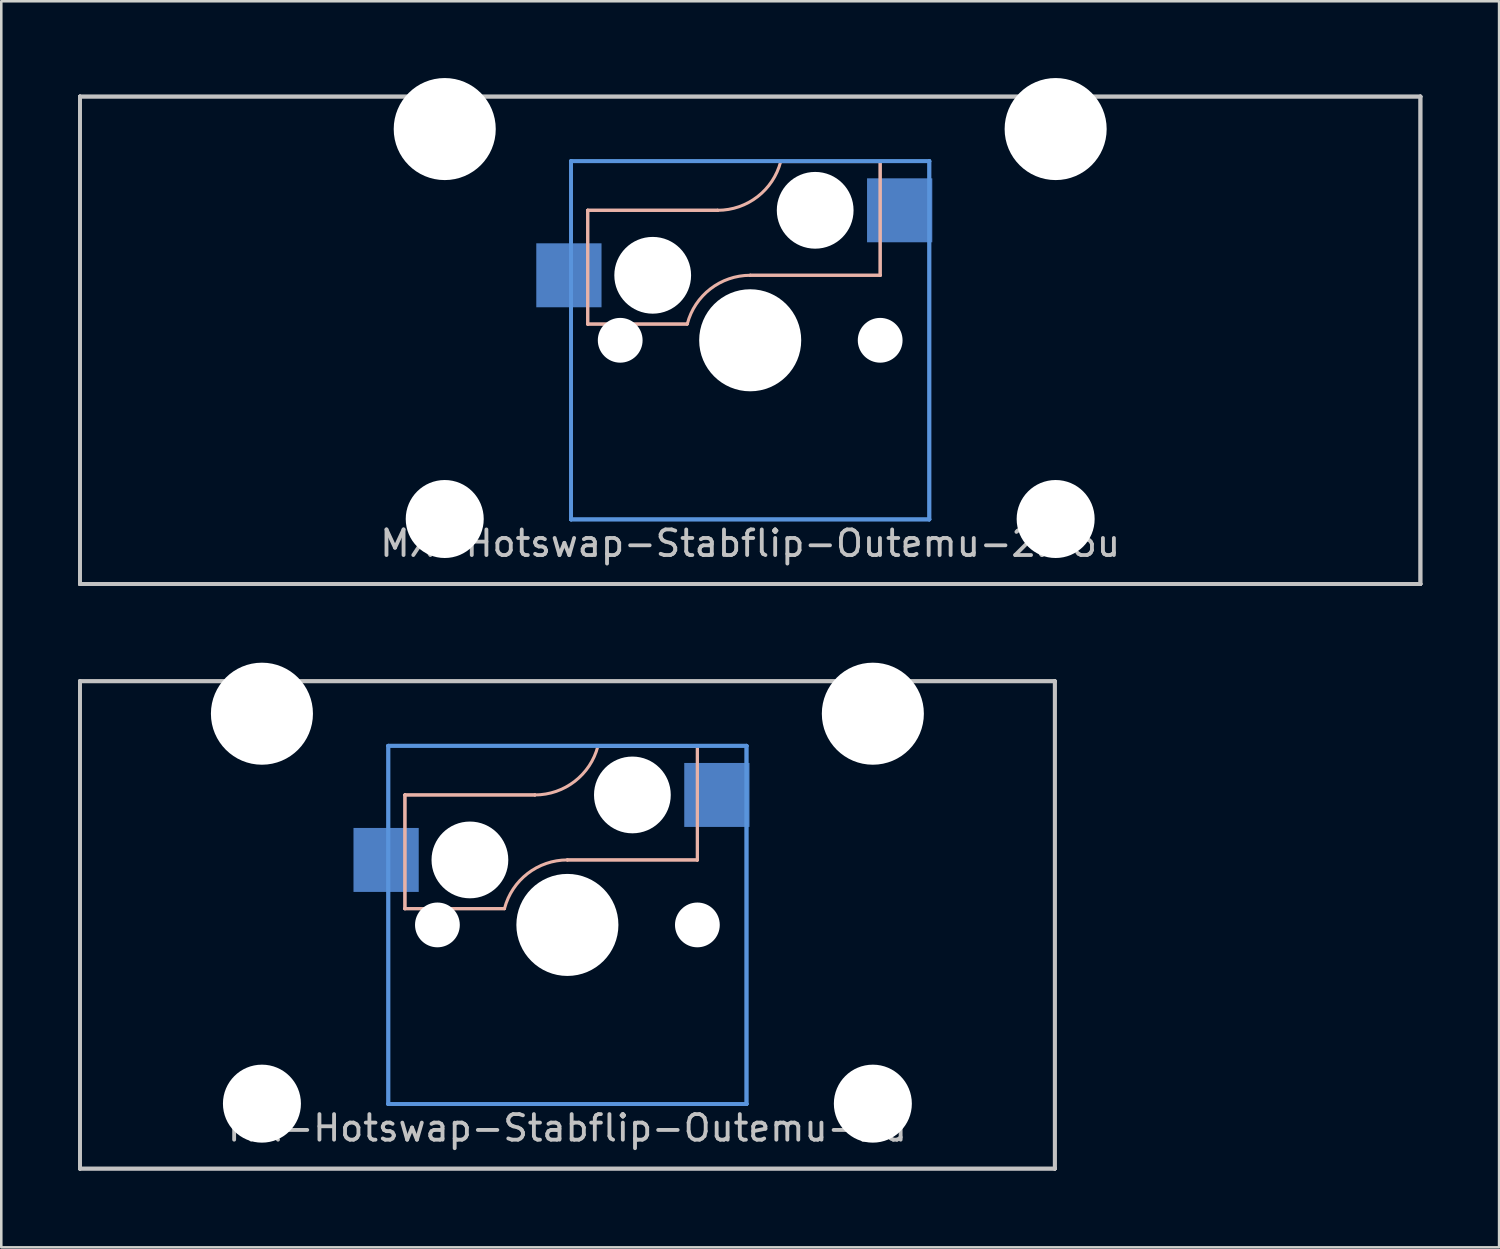
<source format=kicad_pcb>
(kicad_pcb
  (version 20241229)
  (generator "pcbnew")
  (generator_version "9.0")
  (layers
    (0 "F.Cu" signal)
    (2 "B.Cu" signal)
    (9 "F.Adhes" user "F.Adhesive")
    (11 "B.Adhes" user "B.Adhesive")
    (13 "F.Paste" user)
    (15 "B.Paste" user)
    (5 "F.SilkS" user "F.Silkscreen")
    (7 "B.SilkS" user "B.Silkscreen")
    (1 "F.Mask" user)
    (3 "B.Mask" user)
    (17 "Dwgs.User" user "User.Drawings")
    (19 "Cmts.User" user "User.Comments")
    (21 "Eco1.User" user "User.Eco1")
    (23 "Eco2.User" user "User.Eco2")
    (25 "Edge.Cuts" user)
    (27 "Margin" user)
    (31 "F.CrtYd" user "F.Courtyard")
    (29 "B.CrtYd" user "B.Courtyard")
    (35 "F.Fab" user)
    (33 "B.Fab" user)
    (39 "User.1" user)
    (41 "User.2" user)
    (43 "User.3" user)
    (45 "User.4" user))
  (footprint "MX-Hotswap-Stabflip-Outemu-2.75u"
    (layer "F.Cu")
    (at 26.269 10.249)
    (property "Reference" "MX-Hotswap-Stabflip-Outemu-2.75u" (at 0 7.938 0) (layer "Dwgs.User") (effects (font (size 1 1) (thickness 0.15))))
    (attr through_hole)
    (fp_line (start -6.35 -5.08) (end -6.35 -5.08) (stroke (width 0.12) (type solid)) (layer "B.SilkS"))
    (fp_line (start -6.35 -5.08) (end -6.35 -5.08) (stroke (width 0.12) (type solid)) (layer "B.SilkS"))
    (fp_line (start -6.35 -5.08) (end -6.35 -0.635) (stroke (width 0.12) (type solid)) (layer "B.SilkS"))
    (fp_line (start -6.35 -5.08) (end -1.27 -5.08) (stroke (width 0.12) (type solid)) (layer "B.SilkS"))
    (fp_line (start -6.35 -0.635) (end -6.35 -5.08) (stroke (width 0.12) (type solid)) (layer "B.SilkS"))
    (fp_line (start -6.35 -0.635) (end -6.35 -0.635) (stroke (width 0.12) (type solid)) (layer "B.SilkS"))
    (fp_line (start -6.35 -0.635) (end -6.35 -0.635) (stroke (width 0.12) (type solid)) (layer "B.SilkS"))
    (fp_line (start -6.35 -0.635) (end -2.464 -0.635) (stroke (width 0.12) (type solid)) (layer "B.SilkS"))
    (fp_line (start -2.464 -0.635) (end -6.35 -0.635) (stroke (width 0.12) (type solid)) (layer "B.SilkS"))
    (fp_line (start -2.464 -0.635) (end -2.464 -0.635) (stroke (width 0.12) (type solid)) (layer "B.SilkS"))
    (fp_line (start -1.27 -5.08) (end -6.35 -5.08) (stroke (width 0.12) (type solid)) (layer "B.SilkS"))
    (fp_line (start -1.27 -5.08) (end -1.27 -5.08) (stroke (width 0.12) (type solid)) (layer "B.SilkS"))
    (fp_line (start 0 -2.54) (end 0 -2.54) (stroke (width 0.12) (type solid)) (layer "B.SilkS"))
    (fp_line (start 0 -2.54) (end 5.08 -2.54) (stroke (width 0.12) (type solid)) (layer "B.SilkS"))
    (fp_line (start 1.194 -6.985) (end 1.194 -6.985) (stroke (width 0.12) (type solid)) (layer "B.SilkS"))
    (fp_line (start 1.194 -6.985) (end 5.08 -6.985) (stroke (width 0.12) (type solid)) (layer "B.SilkS"))
    (fp_line (start 5.08 -6.985) (end 1.194 -6.985) (stroke (width 0.12) (type solid)) (layer "B.SilkS"))
    (fp_line (start 5.08 -6.985) (end 5.08 -6.985) (stroke (width 0.12) (type solid)) (layer "B.SilkS"))
    (fp_line (start 5.08 -6.985) (end 5.08 -6.985) (stroke (width 0.12) (type solid)) (layer "B.SilkS"))
    (fp_line (start 5.08 -6.985) (end 5.08 -2.54) (stroke (width 0.12) (type solid)) (layer "B.SilkS"))
    (fp_line (start 5.08 -2.54) (end 0 -2.54) (stroke (width 0.12) (type solid)) (layer "B.SilkS"))
    (fp_line (start 5.08 -2.54) (end 5.08 -6.985) (stroke (width 0.12) (type solid)) (layer "B.SilkS"))
    (fp_line (start 5.08 -2.54) (end 5.08 -2.54) (stroke (width 0.12) (type solid)) (layer "B.SilkS"))
    (fp_line (start 5.08 -2.54) (end 5.08 -2.54) (stroke (width 0.12) (type solid)) (layer "B.SilkS"))
    (fp_arc (start -2.457981 -0.640256) (mid -1.553279 -2.009707) (end 0 -2.54) (stroke (width 0.12) (type solid)) (layer "B.SilkS"))
    (fp_arc (start 1.191368 -6.982362) (mid 0.285419 -5.611023) (end -1.27 -5.08) (stroke (width 0.12) (type solid)) (layer "B.SilkS"))
    (fp_line (start -26.194 -9.525) (end -26.194 -9.525) (stroke (width 0.15) (type solid)) (layer "Dwgs.User"))
    (fp_line (start -26.194 -9.525) (end -26.194 -9.525) (stroke (width 0.15) (type solid)) (layer "Dwgs.User"))
    (fp_line (start -26.194 -9.525) (end -26.194 9.525) (stroke (width 0.15) (type solid)) (layer "Dwgs.User"))
    (fp_line (start -26.194 -9.525) (end 26.194 -9.525) (stroke (width 0.15) (type solid)) (layer "Dwgs.User"))
    (fp_line (start -26.194 9.525) (end -26.194 -9.525) (stroke (width 0.15) (type solid)) (layer "Dwgs.User"))
    (fp_line (start -26.194 9.525) (end -26.194 9.525) (stroke (width 0.15) (type solid)) (layer "Dwgs.User"))
    (fp_line (start -26.194 9.525) (end -26.194 9.525) (stroke (width 0.15) (type solid)) (layer "Dwgs.User"))
    (fp_line (start -26.194 9.525) (end 26.194 9.525) (stroke (width 0.15) (type solid)) (layer "Dwgs.User"))
    (fp_line (start 26.194 -9.525) (end -26.194 -9.525) (stroke (width 0.15) (type solid)) (layer "Dwgs.User"))
    (fp_line (start 26.194 -9.525) (end 26.194 -9.525) (stroke (width 0.15) (type solid)) (layer "Dwgs.User"))
    (fp_line (start 26.194 -9.525) (end 26.194 -9.525) (stroke (width 0.15) (type solid)) (layer "Dwgs.User"))
    (fp_line (start 26.194 -9.525) (end 26.194 9.525) (stroke (width 0.15) (type solid)) (layer "Dwgs.User"))
    (fp_line (start 26.194 9.525) (end -26.194 9.525) (stroke (width 0.15) (type solid)) (layer "Dwgs.User"))
    (fp_line (start 26.194 9.525) (end 26.194 -9.525) (stroke (width 0.15) (type solid)) (layer "Dwgs.User"))
    (fp_line (start 26.194 9.525) (end 26.194 9.525) (stroke (width 0.15) (type solid)) (layer "Dwgs.User"))
    (fp_line (start 26.194 9.525) (end 26.194 9.525) (stroke (width 0.15) (type solid)) (layer "Dwgs.User"))
    (fp_line (start -7 -7) (end -7 -7) (stroke (width 0.15) (type solid)) (layer "Cmts.User"))
    (fp_line (start -7 -7) (end -7 -7) (stroke (width 0.15) (type solid)) (layer "Cmts.User"))
    (fp_line (start -7 -7) (end -7 7) (stroke (width 0.15) (type solid)) (layer "Cmts.User"))
    (fp_line (start -7 -7) (end 7 -7) (stroke (width 0.15) (type solid)) (layer "Cmts.User"))
    (fp_line (start -7 7) (end -7 -7) (stroke (width 0.15) (type solid)) (layer "Cmts.User"))
    (fp_line (start -7 7) (end -7 7) (stroke (width 0.15) (type solid)) (layer "Cmts.User"))
    (fp_line (start -7 7) (end -7 7) (stroke (width 0.15) (type solid)) (layer "Cmts.User"))
    (fp_line (start -7 7) (end 7 7) (stroke (width 0.15) (type solid)) (layer "Cmts.User"))
    (fp_line (start 7 -7) (end -7 -7) (stroke (width 0.15) (type solid)) (layer "Cmts.User"))
    (fp_line (start 7 -7) (end 7 -7) (stroke (width 0.15) (type solid)) (layer "Cmts.User"))
    (fp_line (start 7 -7) (end 7 -7) (stroke (width 0.15) (type solid)) (layer "Cmts.User"))
    (fp_line (start 7 -7) (end 7 7) (stroke (width 0.15) (type solid)) (layer "Cmts.User"))
    (fp_line (start 7 7) (end -7 7) (stroke (width 0.15) (type solid)) (layer "Cmts.User"))
    (fp_line (start 7 7) (end 7 -7) (stroke (width 0.15) (type solid)) (layer "Cmts.User"))
    (fp_line (start 7 7) (end 7 7) (stroke (width 0.15) (type solid)) (layer "Cmts.User"))
    (fp_line (start 7 7) (end 7 7) (stroke (width 0.15) (type solid)) (layer "Cmts.User"))
    (pad "" np_thru_hole circle (at -11.938 -8.255) (size 3.988 3.988) (drill 3.988) (layers "*.Cu" "*.Mask"))
    (pad "" np_thru_hole circle (at -11.938 6.985) (size 3.048 3.048) (drill 3.048) (layers "*.Cu" "*.Mask"))
    (pad "" np_thru_hole circle (at -5.08 0) (size 1.75 1.75) (drill 1.75) (layers "*.Cu" "*.Mask"))
    (pad "" np_thru_hole circle (at -3.81 -2.54) (size 3 3) (drill 3) (layers "*.Cu" "*.Mask"))
    (pad "" np_thru_hole circle (at 0 0) (size 3.988 3.988) (drill 3.988) (layers "*.Cu" "*.Mask"))
    (pad "" np_thru_hole circle (at 2.54 -5.08) (size 3 3) (drill 3) (layers "*.Cu" "*.Mask"))
    (pad "" np_thru_hole circle (at 5.08 0) (size 1.75 1.75) (drill 1.75) (layers "*.Cu" "*.Mask"))
    (pad "" np_thru_hole circle (at 11.938 -8.255) (size 3.988 3.988) (drill 3.988) (layers "*.Cu" "*.Mask"))
    (pad "" np_thru_hole circle (at 11.938 6.985) (size 3.048 3.048) (drill 3.048) (layers "*.Cu" "*.Mask"))
    (pad "1" smd rect (at -7.085 -2.54) (size 2.55 2.5) (layers "B.Cu" "B.Mask" "B.Paste"))
    (pad "2" smd rect (at 5.842 -5.08) (size 2.55 2.5) (layers "B.Cu" "B.Mask" "B.Paste")))
  (footprint "MX-Hotswap-Stabflip-Outemu-2u"
    (layer "F.Cu")
    (at 19.125 33.098)
    (property "Reference" "MX-Hotswap-Stabflip-Outemu-2u" (at 0 7.938 0) (layer "Dwgs.User") (effects (font (size 1 1) (thickness 0.15))))
    (attr through_hole)
    (fp_line (start -6.35 -5.08) (end -6.35 -5.08) (stroke (width 0.12) (type solid)) (layer "B.SilkS"))
    (fp_line (start -6.35 -5.08) (end -6.35 -5.08) (stroke (width 0.12) (type solid)) (layer "B.SilkS"))
    (fp_line (start -6.35 -5.08) (end -6.35 -0.635) (stroke (width 0.12) (type solid)) (layer "B.SilkS"))
    (fp_line (start -6.35 -5.08) (end -1.27 -5.08) (stroke (width 0.12) (type solid)) (layer "B.SilkS"))
    (fp_line (start -6.35 -0.635) (end -6.35 -5.08) (stroke (width 0.12) (type solid)) (layer "B.SilkS"))
    (fp_line (start -6.35 -0.635) (end -6.35 -0.635) (stroke (width 0.12) (type solid)) (layer "B.SilkS"))
    (fp_line (start -6.35 -0.635) (end -6.35 -0.635) (stroke (width 0.12) (type solid)) (layer "B.SilkS"))
    (fp_line (start -6.35 -0.635) (end -2.464 -0.635) (stroke (width 0.12) (type solid)) (layer "B.SilkS"))
    (fp_line (start -2.464 -0.635) (end -6.35 -0.635) (stroke (width 0.12) (type solid)) (layer "B.SilkS"))
    (fp_line (start -2.464 -0.635) (end -2.464 -0.635) (stroke (width 0.12) (type solid)) (layer "B.SilkS"))
    (fp_line (start -1.27 -5.08) (end -6.35 -5.08) (stroke (width 0.12) (type solid)) (layer "B.SilkS"))
    (fp_line (start -1.27 -5.08) (end -1.27 -5.08) (stroke (width 0.12) (type solid)) (layer "B.SilkS"))
    (fp_line (start 0 -2.54) (end 0 -2.54) (stroke (width 0.12) (type solid)) (layer "B.SilkS"))
    (fp_line (start 0 -2.54) (end 5.08 -2.54) (stroke (width 0.12) (type solid)) (layer "B.SilkS"))
    (fp_line (start 1.194 -6.985) (end 1.194 -6.985) (stroke (width 0.12) (type solid)) (layer "B.SilkS"))
    (fp_line (start 1.194 -6.985) (end 5.08 -6.985) (stroke (width 0.12) (type solid)) (layer "B.SilkS"))
    (fp_line (start 5.08 -6.985) (end 1.194 -6.985) (stroke (width 0.12) (type solid)) (layer "B.SilkS"))
    (fp_line (start 5.08 -6.985) (end 5.08 -6.985) (stroke (width 0.12) (type solid)) (layer "B.SilkS"))
    (fp_line (start 5.08 -6.985) (end 5.08 -6.985) (stroke (width 0.12) (type solid)) (layer "B.SilkS"))
    (fp_line (start 5.08 -6.985) (end 5.08 -2.54) (stroke (width 0.12) (type solid)) (layer "B.SilkS"))
    (fp_line (start 5.08 -2.54) (end 0 -2.54) (stroke (width 0.12) (type solid)) (layer "B.SilkS"))
    (fp_line (start 5.08 -2.54) (end 5.08 -6.985) (stroke (width 0.12) (type solid)) (layer "B.SilkS"))
    (fp_line (start 5.08 -2.54) (end 5.08 -2.54) (stroke (width 0.12) (type solid)) (layer "B.SilkS"))
    (fp_line (start 5.08 -2.54) (end 5.08 -2.54) (stroke (width 0.12) (type solid)) (layer "B.SilkS"))
    (fp_arc (start -2.457981 -0.640256) (mid -1.553279 -2.009707) (end 0 -2.54) (stroke (width 0.12) (type solid)) (layer "B.SilkS"))
    (fp_arc (start 1.191368 -6.982362) (mid 0.285419 -5.611023) (end -1.27 -5.08) (stroke (width 0.12) (type solid)) (layer "B.SilkS"))
    (fp_line (start -19.05 -9.525) (end -19.05 -9.525) (stroke (width 0.15) (type solid)) (layer "Dwgs.User"))
    (fp_line (start -19.05 -9.525) (end -19.05 -9.525) (stroke (width 0.15) (type solid)) (layer "Dwgs.User"))
    (fp_line (start -19.05 -9.525) (end -19.05 9.525) (stroke (width 0.15) (type solid)) (layer "Dwgs.User"))
    (fp_line (start -19.05 -9.525) (end 19.05 -9.525) (stroke (width 0.15) (type solid)) (layer "Dwgs.User"))
    (fp_line (start -19.05 9.525) (end -19.05 -9.525) (stroke (width 0.15) (type solid)) (layer "Dwgs.User"))
    (fp_line (start -19.05 9.525) (end -19.05 9.525) (stroke (width 0.15) (type solid)) (layer "Dwgs.User"))
    (fp_line (start -19.05 9.525) (end -19.05 9.525) (stroke (width 0.15) (type solid)) (layer "Dwgs.User"))
    (fp_line (start -19.05 9.525) (end 19.05 9.525) (stroke (width 0.15) (type solid)) (layer "Dwgs.User"))
    (fp_line (start 19.05 -9.525) (end -19.05 -9.525) (stroke (width 0.15) (type solid)) (layer "Dwgs.User"))
    (fp_line (start 19.05 -9.525) (end 19.05 -9.525) (stroke (width 0.15) (type solid)) (layer "Dwgs.User"))
    (fp_line (start 19.05 -9.525) (end 19.05 -9.525) (stroke (width 0.15) (type solid)) (layer "Dwgs.User"))
    (fp_line (start 19.05 -9.525) (end 19.05 9.525) (stroke (width 0.15) (type solid)) (layer "Dwgs.User"))
    (fp_line (start 19.05 9.525) (end -19.05 9.525) (stroke (width 0.15) (type solid)) (layer "Dwgs.User"))
    (fp_line (start 19.05 9.525) (end 19.05 -9.525) (stroke (width 0.15) (type solid)) (layer "Dwgs.User"))
    (fp_line (start 19.05 9.525) (end 19.05 9.525) (stroke (width 0.15) (type solid)) (layer "Dwgs.User"))
    (fp_line (start 19.05 9.525) (end 19.05 9.525) (stroke (width 0.15) (type solid)) (layer "Dwgs.User"))
    (fp_line (start -7 -7) (end -7 -7) (stroke (width 0.15) (type solid)) (layer "Cmts.User"))
    (fp_line (start -7 -7) (end -7 -7) (stroke (width 0.15) (type solid)) (layer "Cmts.User"))
    (fp_line (start -7 -7) (end -7 7) (stroke (width 0.15) (type solid)) (layer "Cmts.User"))
    (fp_line (start -7 -7) (end 7 -7) (stroke (width 0.15) (type solid)) (layer "Cmts.User"))
    (fp_line (start -7 7) (end -7 -7) (stroke (width 0.15) (type solid)) (layer "Cmts.User"))
    (fp_line (start -7 7) (end -7 7) (stroke (width 0.15) (type solid)) (layer "Cmts.User"))
    (fp_line (start -7 7) (end -7 7) (stroke (width 0.15) (type solid)) (layer "Cmts.User"))
    (fp_line (start -7 7) (end 7 7) (stroke (width 0.15) (type solid)) (layer "Cmts.User"))
    (fp_line (start 7 -7) (end -7 -7) (stroke (width 0.15) (type solid)) (layer "Cmts.User"))
    (fp_line (start 7 -7) (end 7 -7) (stroke (width 0.15) (type solid)) (layer "Cmts.User"))
    (fp_line (start 7 -7) (end 7 -7) (stroke (width 0.15) (type solid)) (layer "Cmts.User"))
    (fp_line (start 7 -7) (end 7 7) (stroke (width 0.15) (type solid)) (layer "Cmts.User"))
    (fp_line (start 7 7) (end -7 7) (stroke (width 0.15) (type solid)) (layer "Cmts.User"))
    (fp_line (start 7 7) (end 7 -7) (stroke (width 0.15) (type solid)) (layer "Cmts.User"))
    (fp_line (start 7 7) (end 7 7) (stroke (width 0.15) (type solid)) (layer "Cmts.User"))
    (fp_line (start 7 7) (end 7 7) (stroke (width 0.15) (type solid)) (layer "Cmts.User"))
    (pad "" np_thru_hole circle (at -11.938 -8.255) (size 3.988 3.988) (drill 3.988) (layers "*.Cu" "*.Mask"))
    (pad "" np_thru_hole circle (at -11.938 6.985) (size 3.048 3.048) (drill 3.048) (layers "*.Cu" "*.Mask"))
    (pad "" np_thru_hole circle (at -5.08 0) (size 1.75 1.75) (drill 1.75) (layers "*.Cu" "*.Mask"))
    (pad "" np_thru_hole circle (at -3.81 -2.54) (size 3 3) (drill 3) (layers "*.Cu" "*.Mask"))
    (pad "" np_thru_hole circle (at 0 0) (size 3.988 3.988) (drill 3.988) (layers "*.Cu" "*.Mask"))
    (pad "" np_thru_hole circle (at 2.54 -5.08) (size 3 3) (drill 3) (layers "*.Cu" "*.Mask"))
    (pad "" np_thru_hole circle (at 5.08 0) (size 1.75 1.75) (drill 1.75) (layers "*.Cu" "*.Mask"))
    (pad "" np_thru_hole circle (at 11.938 -8.255) (size 3.988 3.988) (drill 3.988) (layers "*.Cu" "*.Mask"))
    (pad "" np_thru_hole circle (at 11.938 6.985) (size 3.048 3.048) (drill 3.048) (layers "*.Cu" "*.Mask"))
    (pad "1" smd rect (at -7.085 -2.54) (size 2.55 2.5) (layers "B.Cu" "B.Mask" "B.Paste"))
    (pad "2" smd rect (at 5.842 -5.08) (size 2.55 2.5) (layers "B.Cu" "B.Mask" "B.Paste")))
  (gr_rect
    (start -3 -3)
    (end 55.538 45.698)
    (stroke (width 0.1) (type default))
    (fill no)
    (layer "Edge.Cuts")))
</source>
